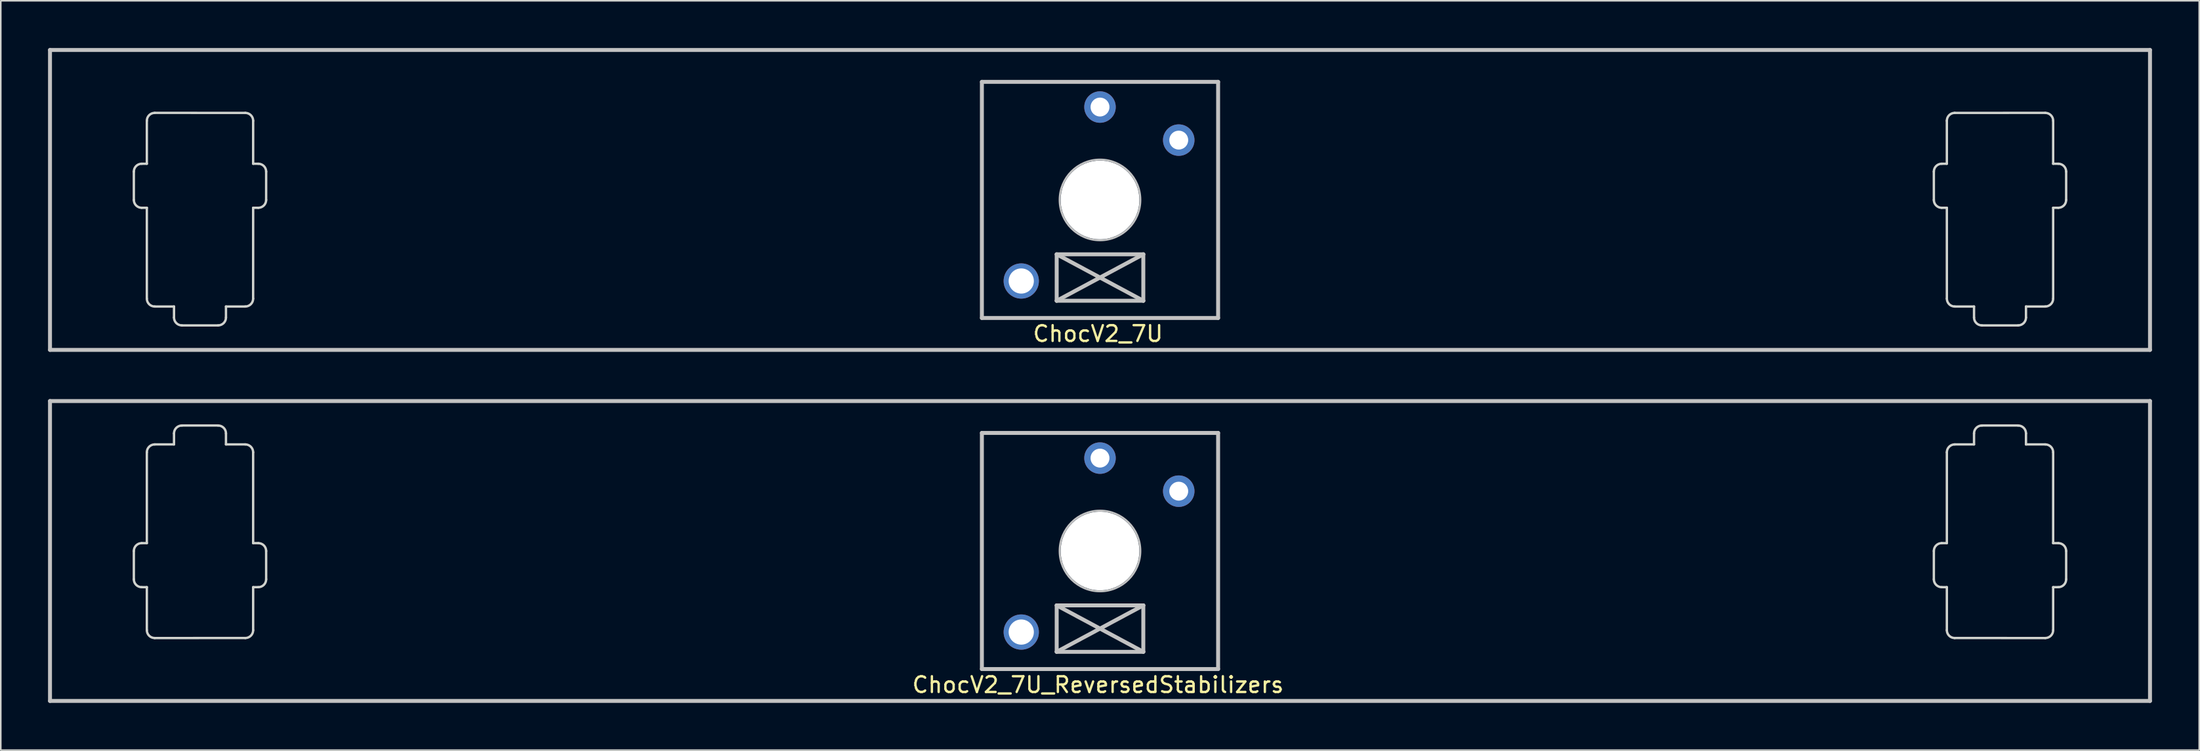
<source format=kicad_pcb>
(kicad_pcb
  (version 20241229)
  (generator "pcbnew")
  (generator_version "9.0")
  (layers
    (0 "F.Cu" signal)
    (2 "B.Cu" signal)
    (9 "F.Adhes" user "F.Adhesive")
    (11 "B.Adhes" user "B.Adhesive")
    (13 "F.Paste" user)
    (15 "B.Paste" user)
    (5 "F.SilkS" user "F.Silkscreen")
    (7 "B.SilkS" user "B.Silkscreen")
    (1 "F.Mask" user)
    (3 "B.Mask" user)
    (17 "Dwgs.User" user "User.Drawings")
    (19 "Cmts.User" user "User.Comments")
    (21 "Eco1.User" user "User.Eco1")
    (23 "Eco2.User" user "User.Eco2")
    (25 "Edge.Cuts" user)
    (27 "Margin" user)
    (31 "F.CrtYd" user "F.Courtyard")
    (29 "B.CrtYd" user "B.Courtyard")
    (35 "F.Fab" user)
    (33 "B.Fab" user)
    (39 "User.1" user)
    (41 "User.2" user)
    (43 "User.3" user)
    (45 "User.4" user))
  (footprint "ChocV2_7U"
    (layer "F.Cu")
    (at 66.8 9.65)
    (property "Reference" "ChocV2_7U" (at -0.127 8.5 0) (layer "F.SilkS") (effects (font (size 1 1) (thickness 0.15))))
    (attr through_hole)
    (fp_line (start -66.675 9.525) (end -66.675 -9.525) (stroke (width 0.25) (type solid)) (layer "Dwgs.User"))
    (fp_line (start -66.675 9.525) (end 66.675 9.525) (stroke (width 0.25) (type solid)) (layer "Dwgs.User"))
    (fp_line (start -7.5 -7.5) (end 7.5 -7.5) (stroke (width 0.25) (type solid)) (layer "Dwgs.User"))
    (fp_line (start -7.5 7.5) (end -7.5 -7.5) (stroke (width 0.25) (type solid)) (layer "Dwgs.User"))
    (fp_line (start -2.75 3.455) (end -2.75 6.405) (stroke (width 0.25) (type solid)) (layer "Dwgs.User"))
    (fp_line (start -2.75 3.455) (end 2.75 6.405) (stroke (width 0.25) (type solid)) (layer "Dwgs.User"))
    (fp_line (start -2.75 6.405) (end 2.75 3.455) (stroke (width 0.25) (type solid)) (layer "Dwgs.User"))
    (fp_line (start -2.75 6.405) (end 2.75 6.405) (stroke (width 0.25) (type solid)) (layer "Dwgs.User"))
    (fp_line (start 2.75 3.455) (end -2.75 3.455) (stroke (width 0.25) (type solid)) (layer "Dwgs.User"))
    (fp_line (start 2.75 6.405) (end 2.75 3.455) (stroke (width 0.25) (type solid)) (layer "Dwgs.User"))
    (fp_line (start 7.5 -7.5) (end 7.5 7.5) (stroke (width 0.25) (type solid)) (layer "Dwgs.User"))
    (fp_line (start 7.5 7.5) (end -7.5 7.5) (stroke (width 0.25) (type solid)) (layer "Dwgs.User"))
    (fp_line (start 66.675 -9.525) (end -66.675 -9.525) (stroke (width 0.25) (type solid)) (layer "Dwgs.User"))
    (fp_line (start 66.675 -9.525) (end 66.675 9.525) (stroke (width 0.25) (type solid)) (layer "Dwgs.User"))
    (fp_circle (center 0 0) (end -0.711 -2.464) (stroke (width 0.12) (type solid)) (fill no) (layer "Dwgs.User"))
    (fp_line (start -61.351 -1.799) (end -61.351 -0.000469) (stroke (width 0.15) (type solid)) (layer "Edge.Cuts"))
    (fp_line (start -60.851 0.5) (end -60.525 0.5) (stroke (width 0.15) (type solid)) (layer "Edge.Cuts"))
    (fp_line (start -60.525 -5.029) (end -60.525 -2.299) (stroke (width 0.15) (type solid)) (layer "Edge.Cuts"))
    (fp_line (start -60.525 -2.299) (end -60.851 -2.299) (stroke (width 0.15) (type solid)) (layer "Edge.Cuts"))
    (fp_line (start -60.525 0.5) (end -60.525 6.27) (stroke (width 0.15) (type solid)) (layer "Edge.Cuts"))
    (fp_line (start -60.025 6.77) (end -58.8 6.77) (stroke (width 0.15) (type solid)) (layer "Edge.Cuts"))
    (fp_line (start -60.025 -5.53) (end -54.274 -5.529) (stroke (width 0.15) (type solid)) (layer "Edge.Cuts"))
    (fp_line (start -58.8 6.77) (end -58.8 7.47) (stroke (width 0.15) (type solid)) (layer "Edge.Cuts"))
    (fp_line (start -56.001 7.97) (end -58.3 7.97) (stroke (width 0.15) (type solid)) (layer "Edge.Cuts"))
    (fp_line (start -55.501 6.77) (end -55.501 7.47) (stroke (width 0.15) (type solid)) (layer "Edge.Cuts"))
    (fp_line (start -54.276 6.77) (end -55.501 6.77) (stroke (width 0.15) (type solid)) (layer "Edge.Cuts"))
    (fp_line (start -53.775 0.5) (end -53.776 6.27) (stroke (width 0.15) (type solid)) (layer "Edge.Cuts"))
    (fp_line (start -53.775 -2.299) (end -53.449 -2.299) (stroke (width 0.15) (type solid)) (layer "Edge.Cuts"))
    (fp_line (start -53.775 -5.029) (end -53.775 -2.299) (stroke (width 0.15) (type solid)) (layer "Edge.Cuts"))
    (fp_line (start -53.45 0.5) (end -53.775 0.5) (stroke (width 0.15) (type solid)) (layer "Edge.Cuts"))
    (fp_line (start -52.949 -1.799) (end -52.95 -0.000034) (stroke (width 0.15) (type solid)) (layer "Edge.Cuts"))
    (fp_line (start 52.949 -1.799) (end 52.95 -0.000034) (stroke (width 0.15) (type solid)) (layer "Edge.Cuts"))
    (fp_line (start 53.45 0.5) (end 53.775 0.5) (stroke (width 0.15) (type solid)) (layer "Edge.Cuts"))
    (fp_line (start 53.775 -5.029) (end 53.775 -2.299) (stroke (width 0.15) (type solid)) (layer "Edge.Cuts"))
    (fp_line (start 53.775 -2.299) (end 53.449 -2.299) (stroke (width 0.15) (type solid)) (layer "Edge.Cuts"))
    (fp_line (start 53.775 0.5) (end 53.776 6.27) (stroke (width 0.15) (type solid)) (layer "Edge.Cuts"))
    (fp_line (start 54.276 6.77) (end 55.501 6.77) (stroke (width 0.15) (type solid)) (layer "Edge.Cuts"))
    (fp_line (start 55.501 6.77) (end 55.501 7.47) (stroke (width 0.15) (type solid)) (layer "Edge.Cuts"))
    (fp_line (start 56.001 7.97) (end 58.3 7.97) (stroke (width 0.15) (type solid)) (layer "Edge.Cuts"))
    (fp_line (start 58.8 6.77) (end 58.8 7.47) (stroke (width 0.15) (type solid)) (layer "Edge.Cuts"))
    (fp_line (start 60.025 -5.53) (end 54.274 -5.529) (stroke (width 0.15) (type solid)) (layer "Edge.Cuts"))
    (fp_line (start 60.025 6.77) (end 58.8 6.77) (stroke (width 0.15) (type solid)) (layer "Edge.Cuts"))
    (fp_line (start 60.525 -5.029) (end 60.525 -2.299) (stroke (width 0.15) (type solid)) (layer "Edge.Cuts"))
    (fp_line (start 60.525 -2.299) (end 60.851 -2.299) (stroke (width 0.15) (type solid)) (layer "Edge.Cuts"))
    (fp_line (start 60.525 0.5) (end 60.525 6.27) (stroke (width 0.15) (type solid)) (layer "Edge.Cuts"))
    (fp_line (start 60.851 0.5) (end 60.525 0.5) (stroke (width 0.15) (type solid)) (layer "Edge.Cuts"))
    (fp_line (start 61.351 -1.799) (end 61.351 -0.000469) (stroke (width 0.15) (type solid)) (layer "Edge.Cuts"))
    (fp_arc (start -61.3509 -1.79923) (mid -61.204453 -2.152783) (end -60.8509 -2.29923) (stroke (width 0.15) (type solid)) (layer "Edge.Cuts"))
    (fp_arc (start -60.8509 0.499531) (mid -61.204453 0.353084) (end -61.3509 -0.000469) (stroke (width 0.15) (type solid)) (layer "Edge.Cuts"))
    (fp_arc (start -60.52547 -5.029429) (mid -60.379023 -5.382982) (end -60.02547 -5.529429) (stroke (width 0.15) (type solid)) (layer "Edge.Cuts"))
    (fp_arc (start -60.02547 6.769599) (mid -60.379023 6.623152) (end -60.52547 6.269599) (stroke (width 0.15) (type solid)) (layer "Edge.Cuts"))
    (fp_arc (start -58.30017 7.96987) (mid -58.653723 7.823423) (end -58.80017 7.46987) (stroke (width 0.15) (type solid)) (layer "Edge.Cuts"))
    (fp_arc (start -55.501098 7.470041) (mid -55.647581 7.823579) (end -56.00115 7.969989) (stroke (width 0.15) (type solid)) (layer "Edge.Cuts"))
    (fp_arc (start -54.274449 -5.529131) (mid -53.920911 -5.382648) (end -53.774501 -5.029079) (stroke (width 0.15) (type solid)) (layer "Edge.Cuts"))
    (fp_arc (start -53.775673 6.26995) (mid -53.922156 6.623488) (end -54.275725 6.769898) (stroke (width 0.15) (type solid)) (layer "Edge.Cuts"))
    (fp_arc (start -53.449354 -2.298846) (mid -53.095816 -2.152363) (end -52.949406 -1.798794) (stroke (width 0.15) (type solid)) (layer "Edge.Cuts"))
    (fp_arc (start -52.949594 -0.000034) (mid -53.096077 0.353503) (end -53.449645 0.499913) (stroke (width 0.15) (type solid)) (layer "Edge.Cuts"))
    (fp_arc (start 52.949406 -1.798795) (mid 53.095817 -2.152363) (end 53.449355 -2.298846) (stroke (width 0.15) (type solid)) (layer "Edge.Cuts"))
    (fp_arc (start 53.449645 0.499914) (mid 53.096076 0.353504) (end 52.949593 -0.000034) (stroke (width 0.15) (type solid)) (layer "Edge.Cuts"))
    (fp_arc (start 53.774501 -5.02908) (mid 53.920912 -5.382648) (end 54.27445 -5.529131) (stroke (width 0.15) (type solid)) (layer "Edge.Cuts"))
    (fp_arc (start 54.275725 6.769898) (mid 53.922156 6.623488) (end 53.775673 6.26995) (stroke (width 0.15) (type solid)) (layer "Edge.Cuts"))
    (fp_arc (start 56.00115 7.969989) (mid 55.647581 7.823579) (end 55.501098 7.470041) (stroke (width 0.15) (type solid)) (layer "Edge.Cuts"))
    (fp_arc (start 58.800169 7.46987) (mid 58.653723 7.823423) (end 58.30017 7.969869) (stroke (width 0.15) (type solid)) (layer "Edge.Cuts"))
    (fp_arc (start 60.02547 -5.529429) (mid 60.379023 -5.382982) (end 60.52547 -5.029429) (stroke (width 0.15) (type solid)) (layer "Edge.Cuts"))
    (fp_arc (start 60.52547 6.269599) (mid 60.379023 6.623152) (end 60.02547 6.769599) (stroke (width 0.15) (type solid)) (layer "Edge.Cuts"))
    (fp_arc (start 60.8509 -2.29923) (mid 61.204453 -2.152783) (end 61.3509 -1.79923) (stroke (width 0.15) (type solid)) (layer "Edge.Cuts"))
    (fp_arc (start 61.350899 -0.000469) (mid 61.204453 0.353084) (end 60.8509 0.49953) (stroke (width 0.15) (type solid)) (layer "Edge.Cuts"))
    (pad "" np_thru_hole circle (at 0 0 90) (size 5 5) (drill 5) (layers "*.Cu" "*.Mask"))
    (pad "1" thru_hole circle (at 5 -3.8 90) (size 2 2) (drill 1.2) (layers "*.Cu" "*.Mask"))
    (pad "2" thru_hole circle (at 0 -5.9 90) (size 2 2) (drill 1.2) (layers "*.Cu" "*.Mask"))
    (pad "NC" thru_hole circle (at -5 5.15 90) (size 2.24 2.24) (drill 1.6) (layers "*.Cu" "*.Mask")))
  (footprint "ChocV2_7U_ReversedStabilizers"
    (layer "F.Cu")
    (at 66.8 31.95)
    (property "Reference" "ChocV2_7U_ReversedStabilizers" (at -0.127 8.5 0) (layer "F.SilkS") (effects (font (size 1 1) (thickness 0.15))))
    (attr through_hole)
    (fp_line (start -66.675 9.525) (end -66.675 -9.525) (stroke (width 0.25) (type solid)) (layer "Dwgs.User"))
    (fp_line (start -66.675 9.525) (end 66.675 9.525) (stroke (width 0.25) (type solid)) (layer "Dwgs.User"))
    (fp_line (start -7.5 -7.5) (end 7.5 -7.5) (stroke (width 0.25) (type solid)) (layer "Dwgs.User"))
    (fp_line (start -7.5 7.5) (end -7.5 -7.5) (stroke (width 0.25) (type solid)) (layer "Dwgs.User"))
    (fp_line (start -2.75 3.455) (end -2.75 6.405) (stroke (width 0.25) (type solid)) (layer "Dwgs.User"))
    (fp_line (start -2.75 3.455) (end 2.75 6.405) (stroke (width 0.25) (type solid)) (layer "Dwgs.User"))
    (fp_line (start -2.75 6.405) (end 2.75 3.455) (stroke (width 0.25) (type solid)) (layer "Dwgs.User"))
    (fp_line (start -2.75 6.405) (end 2.75 6.405) (stroke (width 0.25) (type solid)) (layer "Dwgs.User"))
    (fp_line (start 2.75 3.455) (end -2.75 3.455) (stroke (width 0.25) (type solid)) (layer "Dwgs.User"))
    (fp_line (start 2.75 6.405) (end 2.75 3.455) (stroke (width 0.25) (type solid)) (layer "Dwgs.User"))
    (fp_line (start 7.5 -7.5) (end 7.5 7.5) (stroke (width 0.25) (type solid)) (layer "Dwgs.User"))
    (fp_line (start 7.5 7.5) (end -7.5 7.5) (stroke (width 0.25) (type solid)) (layer "Dwgs.User"))
    (fp_line (start 66.675 -9.525) (end -66.675 -9.525) (stroke (width 0.25) (type solid)) (layer "Dwgs.User"))
    (fp_line (start 66.675 -9.525) (end 66.675 9.525) (stroke (width 0.25) (type solid)) (layer "Dwgs.User"))
    (fp_circle (center 0 0) (end -0.711 -2.464) (stroke (width 0.12) (type solid)) (fill no) (layer "Dwgs.User"))
    (fp_line (start -61.351 1.799) (end -61.351 0.000469) (stroke (width 0.15) (type solid)) (layer "Edge.Cuts"))
    (fp_line (start -60.851 -0.5) (end -60.525 -0.5) (stroke (width 0.15) (type solid)) (layer "Edge.Cuts"))
    (fp_line (start -60.525 -0.5) (end -60.525 -6.27) (stroke (width 0.15) (type solid)) (layer "Edge.Cuts"))
    (fp_line (start -60.525 2.299) (end -60.851 2.299) (stroke (width 0.15) (type solid)) (layer "Edge.Cuts"))
    (fp_line (start -60.525 5.029) (end -60.525 2.299) (stroke (width 0.15) (type solid)) (layer "Edge.Cuts"))
    (fp_line (start -60.025 -6.77) (end -58.8 -6.77) (stroke (width 0.15) (type solid)) (layer "Edge.Cuts"))
    (fp_line (start -60.025 5.53) (end -54.274 5.529) (stroke (width 0.15) (type solid)) (layer "Edge.Cuts"))
    (fp_line (start -58.8 -6.77) (end -58.8 -7.47) (stroke (width 0.15) (type solid)) (layer "Edge.Cuts"))
    (fp_line (start -56.001 -7.97) (end -58.3 -7.97) (stroke (width 0.15) (type solid)) (layer "Edge.Cuts"))
    (fp_line (start -55.501 -6.77) (end -55.501 -7.47) (stroke (width 0.15) (type solid)) (layer "Edge.Cuts"))
    (fp_line (start -54.276 -6.77) (end -55.501 -6.77) (stroke (width 0.15) (type solid)) (layer "Edge.Cuts"))
    (fp_line (start -53.775 -0.5) (end -53.776 -6.27) (stroke (width 0.15) (type solid)) (layer "Edge.Cuts"))
    (fp_line (start -53.775 2.299) (end -53.449 2.299) (stroke (width 0.15) (type solid)) (layer "Edge.Cuts"))
    (fp_line (start -53.775 5.029) (end -53.775 2.299) (stroke (width 0.15) (type solid)) (layer "Edge.Cuts"))
    (fp_line (start -53.45 -0.5) (end -53.775 -0.5) (stroke (width 0.15) (type solid)) (layer "Edge.Cuts"))
    (fp_line (start -52.949 1.799) (end -52.95 0.000034) (stroke (width 0.15) (type solid)) (layer "Edge.Cuts"))
    (fp_line (start 52.949 1.799) (end 52.95 0.000034) (stroke (width 0.15) (type solid)) (layer "Edge.Cuts"))
    (fp_line (start 53.45 -0.5) (end 53.775 -0.5) (stroke (width 0.15) (type solid)) (layer "Edge.Cuts"))
    (fp_line (start 53.775 5.029) (end 53.775 2.299) (stroke (width 0.15) (type solid)) (layer "Edge.Cuts"))
    (fp_line (start 53.775 2.299) (end 53.449 2.299) (stroke (width 0.15) (type solid)) (layer "Edge.Cuts"))
    (fp_line (start 53.775 -0.5) (end 53.776 -6.27) (stroke (width 0.15) (type solid)) (layer "Edge.Cuts"))
    (fp_line (start 54.276 -6.77) (end 55.501 -6.77) (stroke (width 0.15) (type solid)) (layer "Edge.Cuts"))
    (fp_line (start 55.501 -6.77) (end 55.501 -7.47) (stroke (width 0.15) (type solid)) (layer "Edge.Cuts"))
    (fp_line (start 56.001 -7.97) (end 58.3 -7.97) (stroke (width 0.15) (type solid)) (layer "Edge.Cuts"))
    (fp_line (start 58.8 -6.77) (end 58.8 -7.47) (stroke (width 0.15) (type solid)) (layer "Edge.Cuts"))
    (fp_line (start 60.025 5.53) (end 54.274 5.529) (stroke (width 0.15) (type solid)) (layer "Edge.Cuts"))
    (fp_line (start 60.025 -6.77) (end 58.8 -6.77) (stroke (width 0.15) (type solid)) (layer "Edge.Cuts"))
    (fp_line (start 60.525 -0.5) (end 60.525 -6.27) (stroke (width 0.15) (type solid)) (layer "Edge.Cuts"))
    (fp_line (start 60.525 2.299) (end 60.851 2.299) (stroke (width 0.15) (type solid)) (layer "Edge.Cuts"))
    (fp_line (start 60.525 5.029) (end 60.525 2.299) (stroke (width 0.15) (type solid)) (layer "Edge.Cuts"))
    (fp_line (start 60.851 -0.5) (end 60.525 -0.5) (stroke (width 0.15) (type solid)) (layer "Edge.Cuts"))
    (fp_line (start 61.351 1.799) (end 61.351 0.000469) (stroke (width 0.15) (type solid)) (layer "Edge.Cuts"))
    (fp_arc (start -61.350899 0.000469) (mid -61.204453 -0.353084) (end -60.8509 -0.49953) (stroke (width 0.15) (type solid)) (layer "Edge.Cuts"))
    (fp_arc (start -60.8509 2.29923) (mid -61.204453 2.152783) (end -61.3509 1.79923) (stroke (width 0.15) (type solid)) (layer "Edge.Cuts"))
    (fp_arc (start -60.52547 -6.269599) (mid -60.379023 -6.623152) (end -60.02547 -6.769599) (stroke (width 0.15) (type solid)) (layer "Edge.Cuts"))
    (fp_arc (start -60.02547 5.529429) (mid -60.379023 5.382982) (end -60.52547 5.029429) (stroke (width 0.15) (type solid)) (layer "Edge.Cuts"))
    (fp_arc (start -58.800169 -7.46987) (mid -58.653723 -7.823423) (end -58.30017 -7.969869) (stroke (width 0.15) (type solid)) (layer "Edge.Cuts"))
    (fp_arc (start -56.00115 -7.969989) (mid -55.647581 -7.823579) (end -55.501098 -7.470041) (stroke (width 0.15) (type solid)) (layer "Edge.Cuts"))
    (fp_arc (start -54.275725 -6.769898) (mid -53.922156 -6.623488) (end -53.775673 -6.26995) (stroke (width 0.15) (type solid)) (layer "Edge.Cuts"))
    (fp_arc (start -53.774501 5.02908) (mid -53.920912 5.382648) (end -54.27445 5.529131) (stroke (width 0.15) (type solid)) (layer "Edge.Cuts"))
    (fp_arc (start -53.449645 -0.499914) (mid -53.096076 -0.353504) (end -52.949593 0.000034) (stroke (width 0.15) (type solid)) (layer "Edge.Cuts"))
    (fp_arc (start -52.949406 1.798795) (mid -53.095817 2.152363) (end -53.449355 2.298846) (stroke (width 0.15) (type solid)) (layer "Edge.Cuts"))
    (fp_arc (start 52.949594 0.000034) (mid 53.096077 -0.353503) (end 53.449645 -0.499913) (stroke (width 0.15) (type solid)) (layer "Edge.Cuts"))
    (fp_arc (start 53.449354 2.298846) (mid 53.095816 2.152363) (end 52.949406 1.798794) (stroke (width 0.15) (type solid)) (layer "Edge.Cuts"))
    (fp_arc (start 53.775673 -6.26995) (mid 53.922156 -6.623488) (end 54.275725 -6.769898) (stroke (width 0.15) (type solid)) (layer "Edge.Cuts"))
    (fp_arc (start 54.274449 5.529131) (mid 53.920911 5.382648) (end 53.774501 5.029079) (stroke (width 0.15) (type solid)) (layer "Edge.Cuts"))
    (fp_arc (start 55.501098 -7.470041) (mid 55.647581 -7.823579) (end 56.00115 -7.969989) (stroke (width 0.15) (type solid)) (layer "Edge.Cuts"))
    (fp_arc (start 58.30017 -7.96987) (mid 58.653723 -7.823423) (end 58.80017 -7.46987) (stroke (width 0.15) (type solid)) (layer "Edge.Cuts"))
    (fp_arc (start 60.02547 -6.769599) (mid 60.379023 -6.623152) (end 60.52547 -6.269599) (stroke (width 0.15) (type solid)) (layer "Edge.Cuts"))
    (fp_arc (start 60.52547 5.029429) (mid 60.379023 5.382982) (end 60.02547 5.529429) (stroke (width 0.15) (type solid)) (layer "Edge.Cuts"))
    (fp_arc (start 60.8509 -0.499531) (mid 61.204453 -0.353084) (end 61.3509 0.000469) (stroke (width 0.15) (type solid)) (layer "Edge.Cuts"))
    (fp_arc (start 61.3509 1.79923) (mid 61.204453 2.152783) (end 60.8509 2.29923) (stroke (width 0.15) (type solid)) (layer "Edge.Cuts"))
    (pad "" np_thru_hole circle (at 0 0 90) (size 5 5) (drill 5) (layers "*.Cu" "*.Mask"))
    (pad "1" thru_hole circle (at 5 -3.8 90) (size 2 2) (drill 1.2) (layers "*.Cu" "*.Mask"))
    (pad "2" thru_hole circle (at 0 -5.9 90) (size 2 2) (drill 1.2) (layers "*.Cu" "*.Mask"))
    (pad "NC" thru_hole circle (at -5 5.15 90) (size 2.24 2.24) (drill 1.6) (layers "*.Cu" "*.Mask")))
  (gr_rect
    (start -3 -3)
    (end 136.6 44.6)
    (stroke (width 0.1) (type default))
    (fill no)
    (layer "Edge.Cuts")))
</source>
